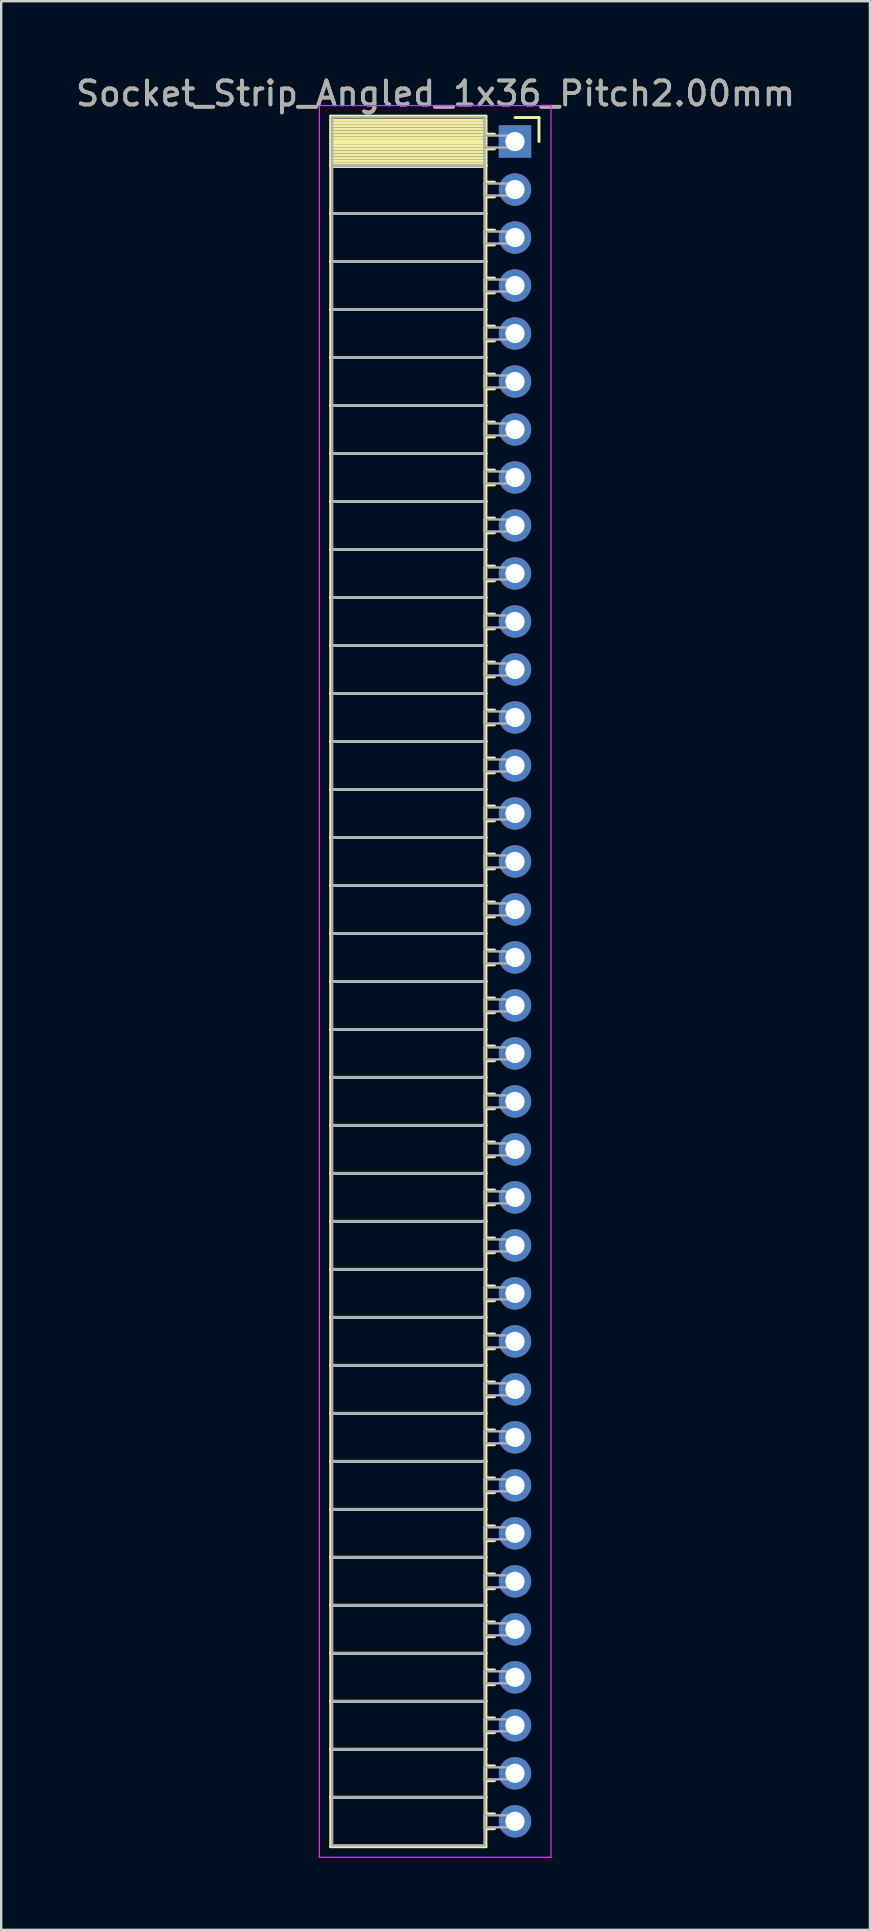
<source format=kicad_pcb>
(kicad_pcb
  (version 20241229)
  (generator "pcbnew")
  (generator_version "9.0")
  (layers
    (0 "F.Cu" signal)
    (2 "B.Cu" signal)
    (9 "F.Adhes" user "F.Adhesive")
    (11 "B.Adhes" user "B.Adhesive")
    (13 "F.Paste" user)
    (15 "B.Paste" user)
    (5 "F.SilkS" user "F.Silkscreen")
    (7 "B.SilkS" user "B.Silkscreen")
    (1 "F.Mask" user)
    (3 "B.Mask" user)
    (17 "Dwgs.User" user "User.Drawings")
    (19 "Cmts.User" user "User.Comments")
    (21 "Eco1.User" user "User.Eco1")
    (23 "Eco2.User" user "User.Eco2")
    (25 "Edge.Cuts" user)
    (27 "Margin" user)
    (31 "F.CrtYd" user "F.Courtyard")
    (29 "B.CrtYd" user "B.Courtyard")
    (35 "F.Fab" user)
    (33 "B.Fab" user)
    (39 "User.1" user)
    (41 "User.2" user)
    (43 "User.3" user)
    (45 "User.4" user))
  (footprint "Socket_Strip_Angled_1x36_Pitch2.00mm"
    (layer "F.Cu")
    (at 18.411 2.848)
    (property "Reference" "Socket_Strip_Angled_1x36_Pitch2.00mm" (at -3.31 -2 0) (layer "F.SilkS") (effects (font (size 1 1) (thickness 0.15))))
    (attr through_hole)
    (fp_line (start -7.68 -1.06) (end -1.21 -1.06) (stroke (width 0.12) (type solid)) (layer "F.SilkS"))
    (fp_line (start -7.68 1) (end -7.68 -1.06) (stroke (width 0.12) (type solid)) (layer "F.SilkS"))
    (fp_line (start -7.68 1) (end -1.21 1) (stroke (width 0.12) (type solid)) (layer "F.SilkS"))
    (fp_line (start -7.68 3) (end -7.68 1) (stroke (width 0.12) (type solid)) (layer "F.SilkS"))
    (fp_line (start -7.68 3) (end -1.21 3) (stroke (width 0.12) (type solid)) (layer "F.SilkS"))
    (fp_line (start -7.68 5) (end -7.68 3) (stroke (width 0.12) (type solid)) (layer "F.SilkS"))
    (fp_line (start -7.68 5) (end -1.21 5) (stroke (width 0.12) (type solid)) (layer "F.SilkS"))
    (fp_line (start -7.68 7) (end -7.68 5) (stroke (width 0.12) (type solid)) (layer "F.SilkS"))
    (fp_line (start -7.68 7) (end -1.21 7) (stroke (width 0.12) (type solid)) (layer "F.SilkS"))
    (fp_line (start -7.68 9) (end -7.68 7) (stroke (width 0.12) (type solid)) (layer "F.SilkS"))
    (fp_line (start -7.68 9) (end -1.21 9) (stroke (width 0.12) (type solid)) (layer "F.SilkS"))
    (fp_line (start -7.68 11) (end -7.68 9) (stroke (width 0.12) (type solid)) (layer "F.SilkS"))
    (fp_line (start -7.68 11) (end -1.21 11) (stroke (width 0.12) (type solid)) (layer "F.SilkS"))
    (fp_line (start -7.68 13) (end -7.68 11) (stroke (width 0.12) (type solid)) (layer "F.SilkS"))
    (fp_line (start -7.68 13) (end -1.21 13) (stroke (width 0.12) (type solid)) (layer "F.SilkS"))
    (fp_line (start -7.68 15) (end -7.68 13) (stroke (width 0.12) (type solid)) (layer "F.SilkS"))
    (fp_line (start -7.68 15) (end -1.21 15) (stroke (width 0.12) (type solid)) (layer "F.SilkS"))
    (fp_line (start -7.68 17) (end -7.68 15) (stroke (width 0.12) (type solid)) (layer "F.SilkS"))
    (fp_line (start -7.68 17) (end -1.21 17) (stroke (width 0.12) (type solid)) (layer "F.SilkS"))
    (fp_line (start -7.68 19) (end -7.68 17) (stroke (width 0.12) (type solid)) (layer "F.SilkS"))
    (fp_line (start -7.68 19) (end -1.21 19) (stroke (width 0.12) (type solid)) (layer "F.SilkS"))
    (fp_line (start -7.68 21) (end -7.68 19) (stroke (width 0.12) (type solid)) (layer "F.SilkS"))
    (fp_line (start -7.68 21) (end -1.21 21) (stroke (width 0.12) (type solid)) (layer "F.SilkS"))
    (fp_line (start -7.68 23) (end -7.68 21) (stroke (width 0.12) (type solid)) (layer "F.SilkS"))
    (fp_line (start -7.68 23) (end -1.21 23) (stroke (width 0.12) (type solid)) (layer "F.SilkS"))
    (fp_line (start -7.68 25) (end -7.68 23) (stroke (width 0.12) (type solid)) (layer "F.SilkS"))
    (fp_line (start -7.68 25) (end -1.21 25) (stroke (width 0.12) (type solid)) (layer "F.SilkS"))
    (fp_line (start -7.68 27) (end -7.68 25) (stroke (width 0.12) (type solid)) (layer "F.SilkS"))
    (fp_line (start -7.68 27) (end -1.21 27) (stroke (width 0.12) (type solid)) (layer "F.SilkS"))
    (fp_line (start -7.68 29) (end -7.68 27) (stroke (width 0.12) (type solid)) (layer "F.SilkS"))
    (fp_line (start -7.68 29) (end -1.21 29) (stroke (width 0.12) (type solid)) (layer "F.SilkS"))
    (fp_line (start -7.68 31) (end -7.68 29) (stroke (width 0.12) (type solid)) (layer "F.SilkS"))
    (fp_line (start -7.68 31) (end -1.21 31) (stroke (width 0.12) (type solid)) (layer "F.SilkS"))
    (fp_line (start -7.68 33) (end -7.68 31) (stroke (width 0.12) (type solid)) (layer "F.SilkS"))
    (fp_line (start -7.68 33) (end -1.21 33) (stroke (width 0.12) (type solid)) (layer "F.SilkS"))
    (fp_line (start -7.68 35) (end -7.68 33) (stroke (width 0.12) (type solid)) (layer "F.SilkS"))
    (fp_line (start -7.68 35) (end -1.21 35) (stroke (width 0.12) (type solid)) (layer "F.SilkS"))
    (fp_line (start -7.68 37) (end -7.68 35) (stroke (width 0.12) (type solid)) (layer "F.SilkS"))
    (fp_line (start -7.68 37) (end -1.21 37) (stroke (width 0.12) (type solid)) (layer "F.SilkS"))
    (fp_line (start -7.68 39) (end -7.68 37) (stroke (width 0.12) (type solid)) (layer "F.SilkS"))
    (fp_line (start -7.68 39) (end -1.21 39) (stroke (width 0.12) (type solid)) (layer "F.SilkS"))
    (fp_line (start -7.68 41) (end -7.68 39) (stroke (width 0.12) (type solid)) (layer "F.SilkS"))
    (fp_line (start -7.68 41) (end -1.21 41) (stroke (width 0.12) (type solid)) (layer "F.SilkS"))
    (fp_line (start -7.68 43) (end -7.68 41) (stroke (width 0.12) (type solid)) (layer "F.SilkS"))
    (fp_line (start -7.68 43) (end -1.21 43) (stroke (width 0.12) (type solid)) (layer "F.SilkS"))
    (fp_line (start -7.68 45) (end -7.68 43) (stroke (width 0.12) (type solid)) (layer "F.SilkS"))
    (fp_line (start -7.68 45) (end -1.21 45) (stroke (width 0.12) (type solid)) (layer "F.SilkS"))
    (fp_line (start -7.68 47) (end -7.68 45) (stroke (width 0.12) (type solid)) (layer "F.SilkS"))
    (fp_line (start -7.68 47) (end -1.21 47) (stroke (width 0.12) (type solid)) (layer "F.SilkS"))
    (fp_line (start -7.68 49) (end -7.68 47) (stroke (width 0.12) (type solid)) (layer "F.SilkS"))
    (fp_line (start -7.68 49) (end -1.21 49) (stroke (width 0.12) (type solid)) (layer "F.SilkS"))
    (fp_line (start -7.68 51) (end -7.68 49) (stroke (width 0.12) (type solid)) (layer "F.SilkS"))
    (fp_line (start -7.68 51) (end -1.21 51) (stroke (width 0.12) (type solid)) (layer "F.SilkS"))
    (fp_line (start -7.68 53) (end -7.68 51) (stroke (width 0.12) (type solid)) (layer "F.SilkS"))
    (fp_line (start -7.68 53) (end -1.21 53) (stroke (width 0.12) (type solid)) (layer "F.SilkS"))
    (fp_line (start -7.68 55) (end -7.68 53) (stroke (width 0.12) (type solid)) (layer "F.SilkS"))
    (fp_line (start -7.68 55) (end -1.21 55) (stroke (width 0.12) (type solid)) (layer "F.SilkS"))
    (fp_line (start -7.68 57) (end -7.68 55) (stroke (width 0.12) (type solid)) (layer "F.SilkS"))
    (fp_line (start -7.68 57) (end -1.21 57) (stroke (width 0.12) (type solid)) (layer "F.SilkS"))
    (fp_line (start -7.68 59) (end -7.68 57) (stroke (width 0.12) (type solid)) (layer "F.SilkS"))
    (fp_line (start -7.68 59) (end -1.21 59) (stroke (width 0.12) (type solid)) (layer "F.SilkS"))
    (fp_line (start -7.68 61) (end -7.68 59) (stroke (width 0.12) (type solid)) (layer "F.SilkS"))
    (fp_line (start -7.68 61) (end -1.21 61) (stroke (width 0.12) (type solid)) (layer "F.SilkS"))
    (fp_line (start -7.68 63) (end -7.68 61) (stroke (width 0.12) (type solid)) (layer "F.SilkS"))
    (fp_line (start -7.68 63) (end -1.21 63) (stroke (width 0.12) (type solid)) (layer "F.SilkS"))
    (fp_line (start -7.68 65) (end -7.68 63) (stroke (width 0.12) (type solid)) (layer "F.SilkS"))
    (fp_line (start -7.68 65) (end -1.21 65) (stroke (width 0.12) (type solid)) (layer "F.SilkS"))
    (fp_line (start -7.68 67) (end -7.68 65) (stroke (width 0.12) (type solid)) (layer "F.SilkS"))
    (fp_line (start -7.68 67) (end -1.21 67) (stroke (width 0.12) (type solid)) (layer "F.SilkS"))
    (fp_line (start -7.68 69) (end -7.68 67) (stroke (width 0.12) (type solid)) (layer "F.SilkS"))
    (fp_line (start -7.68 69) (end -1.21 69) (stroke (width 0.12) (type solid)) (layer "F.SilkS"))
    (fp_line (start -7.68 71.06) (end -7.68 69) (stroke (width 0.12) (type solid)) (layer "F.SilkS"))
    (fp_line (start -1.21 -1.06) (end -1.21 1) (stroke (width 0.12) (type solid)) (layer "F.SilkS"))
    (fp_line (start -1.21 -0.88) (end -7.68 -0.88) (stroke (width 0.12) (type solid)) (layer "F.SilkS"))
    (fp_line (start -1.21 -0.76) (end -7.68 -0.76) (stroke (width 0.12) (type solid)) (layer "F.SilkS"))
    (fp_line (start -1.21 -0.64) (end -7.68 -0.64) (stroke (width 0.12) (type solid)) (layer "F.SilkS"))
    (fp_line (start -1.21 -0.52) (end -7.68 -0.52) (stroke (width 0.12) (type solid)) (layer "F.SilkS"))
    (fp_line (start -1.21 -0.4) (end -7.68 -0.4) (stroke (width 0.12) (type solid)) (layer "F.SilkS"))
    (fp_line (start -1.21 -0.28) (end -7.68 -0.28) (stroke (width 0.12) (type solid)) (layer "F.SilkS"))
    (fp_line (start -1.21 -0.16) (end -7.68 -0.16) (stroke (width 0.12) (type solid)) (layer "F.SilkS"))
    (fp_line (start -1.21 -0.04) (end -7.68 -0.04) (stroke (width 0.12) (type solid)) (layer "F.SilkS"))
    (fp_line (start -1.21 0.08) (end -7.68 0.08) (stroke (width 0.12) (type solid)) (layer "F.SilkS"))
    (fp_line (start -1.21 0.2) (end -7.68 0.2) (stroke (width 0.12) (type solid)) (layer "F.SilkS"))
    (fp_line (start -1.21 0.32) (end -7.68 0.32) (stroke (width 0.12) (type solid)) (layer "F.SilkS"))
    (fp_line (start -1.21 0.44) (end -7.68 0.44) (stroke (width 0.12) (type solid)) (layer "F.SilkS"))
    (fp_line (start -1.21 0.56) (end -7.68 0.56) (stroke (width 0.12) (type solid)) (layer "F.SilkS"))
    (fp_line (start -1.21 0.68) (end -7.68 0.68) (stroke (width 0.12) (type solid)) (layer "F.SilkS"))
    (fp_line (start -1.21 0.8) (end -7.68 0.8) (stroke (width 0.12) (type solid)) (layer "F.SilkS"))
    (fp_line (start -1.21 0.92) (end -7.68 0.92) (stroke (width 0.12) (type solid)) (layer "F.SilkS"))
    (fp_line (start -1.21 1) (end -7.68 1) (stroke (width 0.12) (type solid)) (layer "F.SilkS"))
    (fp_line (start -1.21 1) (end -1.21 3) (stroke (width 0.12) (type solid)) (layer "F.SilkS"))
    (fp_line (start -1.21 1.04) (end -7.68 1.04) (stroke (width 0.12) (type solid)) (layer "F.SilkS"))
    (fp_line (start -1.21 3) (end -7.68 3) (stroke (width 0.12) (type solid)) (layer "F.SilkS"))
    (fp_line (start -1.21 3) (end -1.21 5) (stroke (width 0.12) (type solid)) (layer "F.SilkS"))
    (fp_line (start -1.21 5) (end -7.68 5) (stroke (width 0.12) (type solid)) (layer "F.SilkS"))
    (fp_line (start -1.21 5) (end -1.21 7) (stroke (width 0.12) (type solid)) (layer "F.SilkS"))
    (fp_line (start -1.21 7) (end -7.68 7) (stroke (width 0.12) (type solid)) (layer "F.SilkS"))
    (fp_line (start -1.21 7) (end -1.21 9) (stroke (width 0.12) (type solid)) (layer "F.SilkS"))
    (fp_line (start -1.21 9) (end -7.68 9) (stroke (width 0.12) (type solid)) (layer "F.SilkS"))
    (fp_line (start -1.21 9) (end -1.21 11) (stroke (width 0.12) (type solid)) (layer "F.SilkS"))
    (fp_line (start -1.21 11) (end -7.68 11) (stroke (width 0.12) (type solid)) (layer "F.SilkS"))
    (fp_line (start -1.21 11) (end -1.21 13) (stroke (width 0.12) (type solid)) (layer "F.SilkS"))
    (fp_line (start -1.21 13) (end -7.68 13) (stroke (width 0.12) (type solid)) (layer "F.SilkS"))
    (fp_line (start -1.21 13) (end -1.21 15) (stroke (width 0.12) (type solid)) (layer "F.SilkS"))
    (fp_line (start -1.21 15) (end -7.68 15) (stroke (width 0.12) (type solid)) (layer "F.SilkS"))
    (fp_line (start -1.21 15) (end -1.21 17) (stroke (width 0.12) (type solid)) (layer "F.SilkS"))
    (fp_line (start -1.21 17) (end -7.68 17) (stroke (width 0.12) (type solid)) (layer "F.SilkS"))
    (fp_line (start -1.21 17) (end -1.21 19) (stroke (width 0.12) (type solid)) (layer "F.SilkS"))
    (fp_line (start -1.21 19) (end -7.68 19) (stroke (width 0.12) (type solid)) (layer "F.SilkS"))
    (fp_line (start -1.21 19) (end -1.21 21) (stroke (width 0.12) (type solid)) (layer "F.SilkS"))
    (fp_line (start -1.21 21) (end -7.68 21) (stroke (width 0.12) (type solid)) (layer "F.SilkS"))
    (fp_line (start -1.21 21) (end -1.21 23) (stroke (width 0.12) (type solid)) (layer "F.SilkS"))
    (fp_line (start -1.21 23) (end -7.68 23) (stroke (width 0.12) (type solid)) (layer "F.SilkS"))
    (fp_line (start -1.21 23) (end -1.21 25) (stroke (width 0.12) (type solid)) (layer "F.SilkS"))
    (fp_line (start -1.21 25) (end -7.68 25) (stroke (width 0.12) (type solid)) (layer "F.SilkS"))
    (fp_line (start -1.21 25) (end -1.21 27) (stroke (width 0.12) (type solid)) (layer "F.SilkS"))
    (fp_line (start -1.21 27) (end -7.68 27) (stroke (width 0.12) (type solid)) (layer "F.SilkS"))
    (fp_line (start -1.21 27) (end -1.21 29) (stroke (width 0.12) (type solid)) (layer "F.SilkS"))
    (fp_line (start -1.21 29) (end -7.68 29) (stroke (width 0.12) (type solid)) (layer "F.SilkS"))
    (fp_line (start -1.21 29) (end -1.21 31) (stroke (width 0.12) (type solid)) (layer "F.SilkS"))
    (fp_line (start -1.21 31) (end -7.68 31) (stroke (width 0.12) (type solid)) (layer "F.SilkS"))
    (fp_line (start -1.21 31) (end -1.21 33) (stroke (width 0.12) (type solid)) (layer "F.SilkS"))
    (fp_line (start -1.21 33) (end -7.68 33) (stroke (width 0.12) (type solid)) (layer "F.SilkS"))
    (fp_line (start -1.21 33) (end -1.21 35) (stroke (width 0.12) (type solid)) (layer "F.SilkS"))
    (fp_line (start -1.21 35) (end -7.68 35) (stroke (width 0.12) (type solid)) (layer "F.SilkS"))
    (fp_line (start -1.21 35) (end -1.21 37) (stroke (width 0.12) (type solid)) (layer "F.SilkS"))
    (fp_line (start -1.21 37) (end -7.68 37) (stroke (width 0.12) (type solid)) (layer "F.SilkS"))
    (fp_line (start -1.21 37) (end -1.21 39) (stroke (width 0.12) (type solid)) (layer "F.SilkS"))
    (fp_line (start -1.21 39) (end -7.68 39) (stroke (width 0.12) (type solid)) (layer "F.SilkS"))
    (fp_line (start -1.21 39) (end -1.21 41) (stroke (width 0.12) (type solid)) (layer "F.SilkS"))
    (fp_line (start -1.21 41) (end -7.68 41) (stroke (width 0.12) (type solid)) (layer "F.SilkS"))
    (fp_line (start -1.21 41) (end -1.21 43) (stroke (width 0.12) (type solid)) (layer "F.SilkS"))
    (fp_line (start -1.21 43) (end -7.68 43) (stroke (width 0.12) (type solid)) (layer "F.SilkS"))
    (fp_line (start -1.21 43) (end -1.21 45) (stroke (width 0.12) (type solid)) (layer "F.SilkS"))
    (fp_line (start -1.21 45) (end -7.68 45) (stroke (width 0.12) (type solid)) (layer "F.SilkS"))
    (fp_line (start -1.21 45) (end -1.21 47) (stroke (width 0.12) (type solid)) (layer "F.SilkS"))
    (fp_line (start -1.21 47) (end -7.68 47) (stroke (width 0.12) (type solid)) (layer "F.SilkS"))
    (fp_line (start -1.21 47) (end -1.21 49) (stroke (width 0.12) (type solid)) (layer "F.SilkS"))
    (fp_line (start -1.21 49) (end -7.68 49) (stroke (width 0.12) (type solid)) (layer "F.SilkS"))
    (fp_line (start -1.21 49) (end -1.21 51) (stroke (width 0.12) (type solid)) (layer "F.SilkS"))
    (fp_line (start -1.21 51) (end -7.68 51) (stroke (width 0.12) (type solid)) (layer "F.SilkS"))
    (fp_line (start -1.21 51) (end -1.21 53) (stroke (width 0.12) (type solid)) (layer "F.SilkS"))
    (fp_line (start -1.21 53) (end -7.68 53) (stroke (width 0.12) (type solid)) (layer "F.SilkS"))
    (fp_line (start -1.21 53) (end -1.21 55) (stroke (width 0.12) (type solid)) (layer "F.SilkS"))
    (fp_line (start -1.21 55) (end -7.68 55) (stroke (width 0.12) (type solid)) (layer "F.SilkS"))
    (fp_line (start -1.21 55) (end -1.21 57) (stroke (width 0.12) (type solid)) (layer "F.SilkS"))
    (fp_line (start -1.21 57) (end -7.68 57) (stroke (width 0.12) (type solid)) (layer "F.SilkS"))
    (fp_line (start -1.21 57) (end -1.21 59) (stroke (width 0.12) (type solid)) (layer "F.SilkS"))
    (fp_line (start -1.21 59) (end -7.68 59) (stroke (width 0.12) (type solid)) (layer "F.SilkS"))
    (fp_line (start -1.21 59) (end -1.21 61) (stroke (width 0.12) (type solid)) (layer "F.SilkS"))
    (fp_line (start -1.21 61) (end -7.68 61) (stroke (width 0.12) (type solid)) (layer "F.SilkS"))
    (fp_line (start -1.21 61) (end -1.21 63) (stroke (width 0.12) (type solid)) (layer "F.SilkS"))
    (fp_line (start -1.21 63) (end -7.68 63) (stroke (width 0.12) (type solid)) (layer "F.SilkS"))
    (fp_line (start -1.21 63) (end -1.21 65) (stroke (width 0.12) (type solid)) (layer "F.SilkS"))
    (fp_line (start -1.21 65) (end -7.68 65) (stroke (width 0.12) (type solid)) (layer "F.SilkS"))
    (fp_line (start -1.21 65) (end -1.21 67) (stroke (width 0.12) (type solid)) (layer "F.SilkS"))
    (fp_line (start -1.21 67) (end -7.68 67) (stroke (width 0.12) (type solid)) (layer "F.SilkS"))
    (fp_line (start -1.21 67) (end -1.21 69) (stroke (width 0.12) (type solid)) (layer "F.SilkS"))
    (fp_line (start -1.21 69) (end -7.68 69) (stroke (width 0.12) (type solid)) (layer "F.SilkS"))
    (fp_line (start -1.21 69) (end -1.21 71.06) (stroke (width 0.12) (type solid)) (layer "F.SilkS"))
    (fp_line (start -1.21 71.06) (end -7.68 71.06) (stroke (width 0.12) (type solid)) (layer "F.SilkS"))
    (fp_line (start -0.855 -0.31) (end -1.21 -0.31) (stroke (width 0.12) (type solid)) (layer "F.SilkS"))
    (fp_line (start -0.855 0.31) (end -1.21 0.31) (stroke (width 0.12) (type solid)) (layer "F.SilkS"))
    (fp_line (start -0.855 1.69) (end -1.21 1.69) (stroke (width 0.12) (type solid)) (layer "F.SilkS"))
    (fp_line (start -0.855 2.31) (end -1.21 2.31) (stroke (width 0.12) (type solid)) (layer "F.SilkS"))
    (fp_line (start -0.855 3.69) (end -1.21 3.69) (stroke (width 0.12) (type solid)) (layer "F.SilkS"))
    (fp_line (start -0.855 4.31) (end -1.21 4.31) (stroke (width 0.12) (type solid)) (layer "F.SilkS"))
    (fp_line (start -0.855 5.69) (end -1.21 5.69) (stroke (width 0.12) (type solid)) (layer "F.SilkS"))
    (fp_line (start -0.855 6.31) (end -1.21 6.31) (stroke (width 0.12) (type solid)) (layer "F.SilkS"))
    (fp_line (start -0.855 7.69) (end -1.21 7.69) (stroke (width 0.12) (type solid)) (layer "F.SilkS"))
    (fp_line (start -0.855 8.31) (end -1.21 8.31) (stroke (width 0.12) (type solid)) (layer "F.SilkS"))
    (fp_line (start -0.855 9.69) (end -1.21 9.69) (stroke (width 0.12) (type solid)) (layer "F.SilkS"))
    (fp_line (start -0.855 10.31) (end -1.21 10.31) (stroke (width 0.12) (type solid)) (layer "F.SilkS"))
    (fp_line (start -0.855 11.69) (end -1.21 11.69) (stroke (width 0.12) (type solid)) (layer "F.SilkS"))
    (fp_line (start -0.855 12.31) (end -1.21 12.31) (stroke (width 0.12) (type solid)) (layer "F.SilkS"))
    (fp_line (start -0.855 13.69) (end -1.21 13.69) (stroke (width 0.12) (type solid)) (layer "F.SilkS"))
    (fp_line (start -0.855 14.31) (end -1.21 14.31) (stroke (width 0.12) (type solid)) (layer "F.SilkS"))
    (fp_line (start -0.855 15.69) (end -1.21 15.69) (stroke (width 0.12) (type solid)) (layer "F.SilkS"))
    (fp_line (start -0.855 16.31) (end -1.21 16.31) (stroke (width 0.12) (type solid)) (layer "F.SilkS"))
    (fp_line (start -0.855 17.69) (end -1.21 17.69) (stroke (width 0.12) (type solid)) (layer "F.SilkS"))
    (fp_line (start -0.855 18.31) (end -1.21 18.31) (stroke (width 0.12) (type solid)) (layer "F.SilkS"))
    (fp_line (start -0.855 19.69) (end -1.21 19.69) (stroke (width 0.12) (type solid)) (layer "F.SilkS"))
    (fp_line (start -0.855 20.31) (end -1.21 20.31) (stroke (width 0.12) (type solid)) (layer "F.SilkS"))
    (fp_line (start -0.855 21.69) (end -1.21 21.69) (stroke (width 0.12) (type solid)) (layer "F.SilkS"))
    (fp_line (start -0.855 22.31) (end -1.21 22.31) (stroke (width 0.12) (type solid)) (layer "F.SilkS"))
    (fp_line (start -0.855 23.69) (end -1.21 23.69) (stroke (width 0.12) (type solid)) (layer "F.SilkS"))
    (fp_line (start -0.855 24.31) (end -1.21 24.31) (stroke (width 0.12) (type solid)) (layer "F.SilkS"))
    (fp_line (start -0.855 25.69) (end -1.21 25.69) (stroke (width 0.12) (type solid)) (layer "F.SilkS"))
    (fp_line (start -0.855 26.31) (end -1.21 26.31) (stroke (width 0.12) (type solid)) (layer "F.SilkS"))
    (fp_line (start -0.855 27.69) (end -1.21 27.69) (stroke (width 0.12) (type solid)) (layer "F.SilkS"))
    (fp_line (start -0.855 28.31) (end -1.21 28.31) (stroke (width 0.12) (type solid)) (layer "F.SilkS"))
    (fp_line (start -0.855 29.69) (end -1.21 29.69) (stroke (width 0.12) (type solid)) (layer "F.SilkS"))
    (fp_line (start -0.855 30.31) (end -1.21 30.31) (stroke (width 0.12) (type solid)) (layer "F.SilkS"))
    (fp_line (start -0.855 31.69) (end -1.21 31.69) (stroke (width 0.12) (type solid)) (layer "F.SilkS"))
    (fp_line (start -0.855 32.31) (end -1.21 32.31) (stroke (width 0.12) (type solid)) (layer "F.SilkS"))
    (fp_line (start -0.855 33.69) (end -1.21 33.69) (stroke (width 0.12) (type solid)) (layer "F.SilkS"))
    (fp_line (start -0.855 34.31) (end -1.21 34.31) (stroke (width 0.12) (type solid)) (layer "F.SilkS"))
    (fp_line (start -0.855 35.69) (end -1.21 35.69) (stroke (width 0.12) (type solid)) (layer "F.SilkS"))
    (fp_line (start -0.855 36.31) (end -1.21 36.31) (stroke (width 0.12) (type solid)) (layer "F.SilkS"))
    (fp_line (start -0.855 37.69) (end -1.21 37.69) (stroke (width 0.12) (type solid)) (layer "F.SilkS"))
    (fp_line (start -0.855 38.31) (end -1.21 38.31) (stroke (width 0.12) (type solid)) (layer "F.SilkS"))
    (fp_line (start -0.855 39.69) (end -1.21 39.69) (stroke (width 0.12) (type solid)) (layer "F.SilkS"))
    (fp_line (start -0.855 40.31) (end -1.21 40.31) (stroke (width 0.12) (type solid)) (layer "F.SilkS"))
    (fp_line (start -0.855 41.69) (end -1.21 41.69) (stroke (width 0.12) (type solid)) (layer "F.SilkS"))
    (fp_line (start -0.855 42.31) (end -1.21 42.31) (stroke (width 0.12) (type solid)) (layer "F.SilkS"))
    (fp_line (start -0.855 43.69) (end -1.21 43.69) (stroke (width 0.12) (type solid)) (layer "F.SilkS"))
    (fp_line (start -0.855 44.31) (end -1.21 44.31) (stroke (width 0.12) (type solid)) (layer "F.SilkS"))
    (fp_line (start -0.855 45.69) (end -1.21 45.69) (stroke (width 0.12) (type solid)) (layer "F.SilkS"))
    (fp_line (start -0.855 46.31) (end -1.21 46.31) (stroke (width 0.12) (type solid)) (layer "F.SilkS"))
    (fp_line (start -0.855 47.69) (end -1.21 47.69) (stroke (width 0.12) (type solid)) (layer "F.SilkS"))
    (fp_line (start -0.855 48.31) (end -1.21 48.31) (stroke (width 0.12) (type solid)) (layer "F.SilkS"))
    (fp_line (start -0.855 49.69) (end -1.21 49.69) (stroke (width 0.12) (type solid)) (layer "F.SilkS"))
    (fp_line (start -0.855 50.31) (end -1.21 50.31) (stroke (width 0.12) (type solid)) (layer "F.SilkS"))
    (fp_line (start -0.855 51.69) (end -1.21 51.69) (stroke (width 0.12) (type solid)) (layer "F.SilkS"))
    (fp_line (start -0.855 52.31) (end -1.21 52.31) (stroke (width 0.12) (type solid)) (layer "F.SilkS"))
    (fp_line (start -0.855 53.69) (end -1.21 53.69) (stroke (width 0.12) (type solid)) (layer "F.SilkS"))
    (fp_line (start -0.855 54.31) (end -1.21 54.31) (stroke (width 0.12) (type solid)) (layer "F.SilkS"))
    (fp_line (start -0.855 55.69) (end -1.21 55.69) (stroke (width 0.12) (type solid)) (layer "F.SilkS"))
    (fp_line (start -0.855 56.31) (end -1.21 56.31) (stroke (width 0.12) (type solid)) (layer "F.SilkS"))
    (fp_line (start -0.855 57.69) (end -1.21 57.69) (stroke (width 0.12) (type solid)) (layer "F.SilkS"))
    (fp_line (start -0.855 58.31) (end -1.21 58.31) (stroke (width 0.12) (type solid)) (layer "F.SilkS"))
    (fp_line (start -0.855 59.69) (end -1.21 59.69) (stroke (width 0.12) (type solid)) (layer "F.SilkS"))
    (fp_line (start -0.855 60.31) (end -1.21 60.31) (stroke (width 0.12) (type solid)) (layer "F.SilkS"))
    (fp_line (start -0.855 61.69) (end -1.21 61.69) (stroke (width 0.12) (type solid)) (layer "F.SilkS"))
    (fp_line (start -0.855 62.31) (end -1.21 62.31) (stroke (width 0.12) (type solid)) (layer "F.SilkS"))
    (fp_line (start -0.855 63.69) (end -1.21 63.69) (stroke (width 0.12) (type solid)) (layer "F.SilkS"))
    (fp_line (start -0.855 64.31) (end -1.21 64.31) (stroke (width 0.12) (type solid)) (layer "F.SilkS"))
    (fp_line (start -0.855 65.69) (end -1.21 65.69) (stroke (width 0.12) (type solid)) (layer "F.SilkS"))
    (fp_line (start -0.855 66.31) (end -1.21 66.31) (stroke (width 0.12) (type solid)) (layer "F.SilkS"))
    (fp_line (start -0.855 67.69) (end -1.21 67.69) (stroke (width 0.12) (type solid)) (layer "F.SilkS"))
    (fp_line (start -0.855 68.31) (end -1.21 68.31) (stroke (width 0.12) (type solid)) (layer "F.SilkS"))
    (fp_line (start -0.855 69.69) (end -1.21 69.69) (stroke (width 0.12) (type solid)) (layer "F.SilkS"))
    (fp_line (start -0.855 70.31) (end -1.21 70.31) (stroke (width 0.12) (type solid)) (layer "F.SilkS"))
    (fp_line (start 0 -1) (end 1 -1) (stroke (width 0.12) (type solid)) (layer "F.SilkS"))
    (fp_line (start 1 -1) (end 1 0) (stroke (width 0.12) (type solid)) (layer "F.SilkS"))
    (fp_line (start -8.15 -1.5) (end 1.5 -1.5) (stroke (width 0.05) (type solid)) (layer "F.CrtYd"))
    (fp_line (start -8.15 71.5) (end -8.15 -1.5) (stroke (width 0.05) (type solid)) (layer "F.CrtYd"))
    (fp_line (start 1.5 -1.5) (end 1.5 71.5) (stroke (width 0.05) (type solid)) (layer "F.CrtYd"))
    (fp_line (start 1.5 71.5) (end -8.15 71.5) (stroke (width 0.05) (type solid)) (layer "F.CrtYd"))
    (fp_line (start -7.62 -1) (end -1.27 -1) (stroke (width 0.1) (type solid)) (layer "F.Fab"))
    (fp_line (start -7.62 1) (end -7.62 -1) (stroke (width 0.1) (type solid)) (layer "F.Fab"))
    (fp_line (start -7.62 1) (end -1.27 1) (stroke (width 0.1) (type solid)) (layer "F.Fab"))
    (fp_line (start -7.62 3) (end -7.62 1) (stroke (width 0.1) (type solid)) (layer "F.Fab"))
    (fp_line (start -7.62 3) (end -1.27 3) (stroke (width 0.1) (type solid)) (layer "F.Fab"))
    (fp_line (start -7.62 5) (end -7.62 3) (stroke (width 0.1) (type solid)) (layer "F.Fab"))
    (fp_line (start -7.62 5) (end -1.27 5) (stroke (width 0.1) (type solid)) (layer "F.Fab"))
    (fp_line (start -7.62 7) (end -7.62 5) (stroke (width 0.1) (type solid)) (layer "F.Fab"))
    (fp_line (start -7.62 7) (end -1.27 7) (stroke (width 0.1) (type solid)) (layer "F.Fab"))
    (fp_line (start -7.62 9) (end -7.62 7) (stroke (width 0.1) (type solid)) (layer "F.Fab"))
    (fp_line (start -7.62 9) (end -1.27 9) (stroke (width 0.1) (type solid)) (layer "F.Fab"))
    (fp_line (start -7.62 11) (end -7.62 9) (stroke (width 0.1) (type solid)) (layer "F.Fab"))
    (fp_line (start -7.62 11) (end -1.27 11) (stroke (width 0.1) (type solid)) (layer "F.Fab"))
    (fp_line (start -7.62 13) (end -7.62 11) (stroke (width 0.1) (type solid)) (layer "F.Fab"))
    (fp_line (start -7.62 13) (end -1.27 13) (stroke (width 0.1) (type solid)) (layer "F.Fab"))
    (fp_line (start -7.62 15) (end -7.62 13) (stroke (width 0.1) (type solid)) (layer "F.Fab"))
    (fp_line (start -7.62 15) (end -1.27 15) (stroke (width 0.1) (type solid)) (layer "F.Fab"))
    (fp_line (start -7.62 17) (end -7.62 15) (stroke (width 0.1) (type solid)) (layer "F.Fab"))
    (fp_line (start -7.62 17) (end -1.27 17) (stroke (width 0.1) (type solid)) (layer "F.Fab"))
    (fp_line (start -7.62 19) (end -7.62 17) (stroke (width 0.1) (type solid)) (layer "F.Fab"))
    (fp_line (start -7.62 19) (end -1.27 19) (stroke (width 0.1) (type solid)) (layer "F.Fab"))
    (fp_line (start -7.62 21) (end -7.62 19) (stroke (width 0.1) (type solid)) (layer "F.Fab"))
    (fp_line (start -7.62 21) (end -1.27 21) (stroke (width 0.1) (type solid)) (layer "F.Fab"))
    (fp_line (start -7.62 23) (end -7.62 21) (stroke (width 0.1) (type solid)) (layer "F.Fab"))
    (fp_line (start -7.62 23) (end -1.27 23) (stroke (width 0.1) (type solid)) (layer "F.Fab"))
    (fp_line (start -7.62 25) (end -7.62 23) (stroke (width 0.1) (type solid)) (layer "F.Fab"))
    (fp_line (start -7.62 25) (end -1.27 25) (stroke (width 0.1) (type solid)) (layer "F.Fab"))
    (fp_line (start -7.62 27) (end -7.62 25) (stroke (width 0.1) (type solid)) (layer "F.Fab"))
    (fp_line (start -7.62 27) (end -1.27 27) (stroke (width 0.1) (type solid)) (layer "F.Fab"))
    (fp_line (start -7.62 29) (end -7.62 27) (stroke (width 0.1) (type solid)) (layer "F.Fab"))
    (fp_line (start -7.62 29) (end -1.27 29) (stroke (width 0.1) (type solid)) (layer "F.Fab"))
    (fp_line (start -7.62 31) (end -7.62 29) (stroke (width 0.1) (type solid)) (layer "F.Fab"))
    (fp_line (start -7.62 31) (end -1.27 31) (stroke (width 0.1) (type solid)) (layer "F.Fab"))
    (fp_line (start -7.62 33) (end -7.62 31) (stroke (width 0.1) (type solid)) (layer "F.Fab"))
    (fp_line (start -7.62 33) (end -1.27 33) (stroke (width 0.1) (type solid)) (layer "F.Fab"))
    (fp_line (start -7.62 35) (end -7.62 33) (stroke (width 0.1) (type solid)) (layer "F.Fab"))
    (fp_line (start -7.62 35) (end -1.27 35) (stroke (width 0.1) (type solid)) (layer "F.Fab"))
    (fp_line (start -7.62 37) (end -7.62 35) (stroke (width 0.1) (type solid)) (layer "F.Fab"))
    (fp_line (start -7.62 37) (end -1.27 37) (stroke (width 0.1) (type solid)) (layer "F.Fab"))
    (fp_line (start -7.62 39) (end -7.62 37) (stroke (width 0.1) (type solid)) (layer "F.Fab"))
    (fp_line (start -7.62 39) (end -1.27 39) (stroke (width 0.1) (type solid)) (layer "F.Fab"))
    (fp_line (start -7.62 41) (end -7.62 39) (stroke (width 0.1) (type solid)) (layer "F.Fab"))
    (fp_line (start -7.62 41) (end -1.27 41) (stroke (width 0.1) (type solid)) (layer "F.Fab"))
    (fp_line (start -7.62 43) (end -7.62 41) (stroke (width 0.1) (type solid)) (layer "F.Fab"))
    (fp_line (start -7.62 43) (end -1.27 43) (stroke (width 0.1) (type solid)) (layer "F.Fab"))
    (fp_line (start -7.62 45) (end -7.62 43) (stroke (width 0.1) (type solid)) (layer "F.Fab"))
    (fp_line (start -7.62 45) (end -1.27 45) (stroke (width 0.1) (type solid)) (layer "F.Fab"))
    (fp_line (start -7.62 47) (end -7.62 45) (stroke (width 0.1) (type solid)) (layer "F.Fab"))
    (fp_line (start -7.62 47) (end -1.27 47) (stroke (width 0.1) (type solid)) (layer "F.Fab"))
    (fp_line (start -7.62 49) (end -7.62 47) (stroke (width 0.1) (type solid)) (layer "F.Fab"))
    (fp_line (start -7.62 49) (end -1.27 49) (stroke (width 0.1) (type solid)) (layer "F.Fab"))
    (fp_line (start -7.62 51) (end -7.62 49) (stroke (width 0.1) (type solid)) (layer "F.Fab"))
    (fp_line (start -7.62 51) (end -1.27 51) (stroke (width 0.1) (type solid)) (layer "F.Fab"))
    (fp_line (start -7.62 53) (end -7.62 51) (stroke (width 0.1) (type solid)) (layer "F.Fab"))
    (fp_line (start -7.62 53) (end -1.27 53) (stroke (width 0.1) (type solid)) (layer "F.Fab"))
    (fp_line (start -7.62 55) (end -7.62 53) (stroke (width 0.1) (type solid)) (layer "F.Fab"))
    (fp_line (start -7.62 55) (end -1.27 55) (stroke (width 0.1) (type solid)) (layer "F.Fab"))
    (fp_line (start -7.62 57) (end -7.62 55) (stroke (width 0.1) (type solid)) (layer "F.Fab"))
    (fp_line (start -7.62 57) (end -1.27 57) (stroke (width 0.1) (type solid)) (layer "F.Fab"))
    (fp_line (start -7.62 59) (end -7.62 57) (stroke (width 0.1) (type solid)) (layer "F.Fab"))
    (fp_line (start -7.62 59) (end -1.27 59) (stroke (width 0.1) (type solid)) (layer "F.Fab"))
    (fp_line (start -7.62 61) (end -7.62 59) (stroke (width 0.1) (type solid)) (layer "F.Fab"))
    (fp_line (start -7.62 61) (end -1.27 61) (stroke (width 0.1) (type solid)) (layer "F.Fab"))
    (fp_line (start -7.62 63) (end -7.62 61) (stroke (width 0.1) (type solid)) (layer "F.Fab"))
    (fp_line (start -7.62 63) (end -1.27 63) (stroke (width 0.1) (type solid)) (layer "F.Fab"))
    (fp_line (start -7.62 65) (end -7.62 63) (stroke (width 0.1) (type solid)) (layer "F.Fab"))
    (fp_line (start -7.62 65) (end -1.27 65) (stroke (width 0.1) (type solid)) (layer "F.Fab"))
    (fp_line (start -7.62 67) (end -7.62 65) (stroke (width 0.1) (type solid)) (layer "F.Fab"))
    (fp_line (start -7.62 67) (end -1.27 67) (stroke (width 0.1) (type solid)) (layer "F.Fab"))
    (fp_line (start -7.62 69) (end -7.62 67) (stroke (width 0.1) (type solid)) (layer "F.Fab"))
    (fp_line (start -7.62 69) (end -1.27 69) (stroke (width 0.1) (type solid)) (layer "F.Fab"))
    (fp_line (start -7.62 71) (end -7.62 69) (stroke (width 0.1) (type solid)) (layer "F.Fab"))
    (fp_line (start -1.27 -1) (end -1.27 1) (stroke (width 0.1) (type solid)) (layer "F.Fab"))
    (fp_line (start -1.27 -0.25) (end 0 -0.25) (stroke (width 0.1) (type solid)) (layer "F.Fab"))
    (fp_line (start -1.27 0.25) (end -1.27 -0.25) (stroke (width 0.1) (type solid)) (layer "F.Fab"))
    (fp_line (start -1.27 1) (end -7.62 1) (stroke (width 0.1) (type solid)) (layer "F.Fab"))
    (fp_line (start -1.27 1) (end -1.27 3) (stroke (width 0.1) (type solid)) (layer "F.Fab"))
    (fp_line (start -1.27 1.75) (end 0 1.75) (stroke (width 0.1) (type solid)) (layer "F.Fab"))
    (fp_line (start -1.27 2.25) (end -1.27 1.75) (stroke (width 0.1) (type solid)) (layer "F.Fab"))
    (fp_line (start -1.27 3) (end -7.62 3) (stroke (width 0.1) (type solid)) (layer "F.Fab"))
    (fp_line (start -1.27 3) (end -1.27 5) (stroke (width 0.1) (type solid)) (layer "F.Fab"))
    (fp_line (start -1.27 3.75) (end 0 3.75) (stroke (width 0.1) (type solid)) (layer "F.Fab"))
    (fp_line (start -1.27 4.25) (end -1.27 3.75) (stroke (width 0.1) (type solid)) (layer "F.Fab"))
    (fp_line (start -1.27 5) (end -7.62 5) (stroke (width 0.1) (type solid)) (layer "F.Fab"))
    (fp_line (start -1.27 5) (end -1.27 7) (stroke (width 0.1) (type solid)) (layer "F.Fab"))
    (fp_line (start -1.27 5.75) (end 0 5.75) (stroke (width 0.1) (type solid)) (layer "F.Fab"))
    (fp_line (start -1.27 6.25) (end -1.27 5.75) (stroke (width 0.1) (type solid)) (layer "F.Fab"))
    (fp_line (start -1.27 7) (end -7.62 7) (stroke (width 0.1) (type solid)) (layer "F.Fab"))
    (fp_line (start -1.27 7) (end -1.27 9) (stroke (width 0.1) (type solid)) (layer "F.Fab"))
    (fp_line (start -1.27 7.75) (end 0 7.75) (stroke (width 0.1) (type solid)) (layer "F.Fab"))
    (fp_line (start -1.27 8.25) (end -1.27 7.75) (stroke (width 0.1) (type solid)) (layer "F.Fab"))
    (fp_line (start -1.27 9) (end -7.62 9) (stroke (width 0.1) (type solid)) (layer "F.Fab"))
    (fp_line (start -1.27 9) (end -1.27 11) (stroke (width 0.1) (type solid)) (layer "F.Fab"))
    (fp_line (start -1.27 9.75) (end 0 9.75) (stroke (width 0.1) (type solid)) (layer "F.Fab"))
    (fp_line (start -1.27 10.25) (end -1.27 9.75) (stroke (width 0.1) (type solid)) (layer "F.Fab"))
    (fp_line (start -1.27 11) (end -7.62 11) (stroke (width 0.1) (type solid)) (layer "F.Fab"))
    (fp_line (start -1.27 11) (end -1.27 13) (stroke (width 0.1) (type solid)) (layer "F.Fab"))
    (fp_line (start -1.27 11.75) (end 0 11.75) (stroke (width 0.1) (type solid)) (layer "F.Fab"))
    (fp_line (start -1.27 12.25) (end -1.27 11.75) (stroke (width 0.1) (type solid)) (layer "F.Fab"))
    (fp_line (start -1.27 13) (end -7.62 13) (stroke (width 0.1) (type solid)) (layer "F.Fab"))
    (fp_line (start -1.27 13) (end -1.27 15) (stroke (width 0.1) (type solid)) (layer "F.Fab"))
    (fp_line (start -1.27 13.75) (end 0 13.75) (stroke (width 0.1) (type solid)) (layer "F.Fab"))
    (fp_line (start -1.27 14.25) (end -1.27 13.75) (stroke (width 0.1) (type solid)) (layer "F.Fab"))
    (fp_line (start -1.27 15) (end -7.62 15) (stroke (width 0.1) (type solid)) (layer "F.Fab"))
    (fp_line (start -1.27 15) (end -1.27 17) (stroke (width 0.1) (type solid)) (layer "F.Fab"))
    (fp_line (start -1.27 15.75) (end 0 15.75) (stroke (width 0.1) (type solid)) (layer "F.Fab"))
    (fp_line (start -1.27 16.25) (end -1.27 15.75) (stroke (width 0.1) (type solid)) (layer "F.Fab"))
    (fp_line (start -1.27 17) (end -7.62 17) (stroke (width 0.1) (type solid)) (layer "F.Fab"))
    (fp_line (start -1.27 17) (end -1.27 19) (stroke (width 0.1) (type solid)) (layer "F.Fab"))
    (fp_line (start -1.27 17.75) (end 0 17.75) (stroke (width 0.1) (type solid)) (layer "F.Fab"))
    (fp_line (start -1.27 18.25) (end -1.27 17.75) (stroke (width 0.1) (type solid)) (layer "F.Fab"))
    (fp_line (start -1.27 19) (end -7.62 19) (stroke (width 0.1) (type solid)) (layer "F.Fab"))
    (fp_line (start -1.27 19) (end -1.27 21) (stroke (width 0.1) (type solid)) (layer "F.Fab"))
    (fp_line (start -1.27 19.75) (end 0 19.75) (stroke (width 0.1) (type solid)) (layer "F.Fab"))
    (fp_line (start -1.27 20.25) (end -1.27 19.75) (stroke (width 0.1) (type solid)) (layer "F.Fab"))
    (fp_line (start -1.27 21) (end -7.62 21) (stroke (width 0.1) (type solid)) (layer "F.Fab"))
    (fp_line (start -1.27 21) (end -1.27 23) (stroke (width 0.1) (type solid)) (layer "F.Fab"))
    (fp_line (start -1.27 21.75) (end 0 21.75) (stroke (width 0.1) (type solid)) (layer "F.Fab"))
    (fp_line (start -1.27 22.25) (end -1.27 21.75) (stroke (width 0.1) (type solid)) (layer "F.Fab"))
    (fp_line (start -1.27 23) (end -7.62 23) (stroke (width 0.1) (type solid)) (layer "F.Fab"))
    (fp_line (start -1.27 23) (end -1.27 25) (stroke (width 0.1) (type solid)) (layer "F.Fab"))
    (fp_line (start -1.27 23.75) (end 0 23.75) (stroke (width 0.1) (type solid)) (layer "F.Fab"))
    (fp_line (start -1.27 24.25) (end -1.27 23.75) (stroke (width 0.1) (type solid)) (layer "F.Fab"))
    (fp_line (start -1.27 25) (end -7.62 25) (stroke (width 0.1) (type solid)) (layer "F.Fab"))
    (fp_line (start -1.27 25) (end -1.27 27) (stroke (width 0.1) (type solid)) (layer "F.Fab"))
    (fp_line (start -1.27 25.75) (end 0 25.75) (stroke (width 0.1) (type solid)) (layer "F.Fab"))
    (fp_line (start -1.27 26.25) (end -1.27 25.75) (stroke (width 0.1) (type solid)) (layer "F.Fab"))
    (fp_line (start -1.27 27) (end -7.62 27) (stroke (width 0.1) (type solid)) (layer "F.Fab"))
    (fp_line (start -1.27 27) (end -1.27 29) (stroke (width 0.1) (type solid)) (layer "F.Fab"))
    (fp_line (start -1.27 27.75) (end 0 27.75) (stroke (width 0.1) (type solid)) (layer "F.Fab"))
    (fp_line (start -1.27 28.25) (end -1.27 27.75) (stroke (width 0.1) (type solid)) (layer "F.Fab"))
    (fp_line (start -1.27 29) (end -7.62 29) (stroke (width 0.1) (type solid)) (layer "F.Fab"))
    (fp_line (start -1.27 29) (end -1.27 31) (stroke (width 0.1) (type solid)) (layer "F.Fab"))
    (fp_line (start -1.27 29.75) (end 0 29.75) (stroke (width 0.1) (type solid)) (layer "F.Fab"))
    (fp_line (start -1.27 30.25) (end -1.27 29.75) (stroke (width 0.1) (type solid)) (layer "F.Fab"))
    (fp_line (start -1.27 31) (end -7.62 31) (stroke (width 0.1) (type solid)) (layer "F.Fab"))
    (fp_line (start -1.27 31) (end -1.27 33) (stroke (width 0.1) (type solid)) (layer "F.Fab"))
    (fp_line (start -1.27 31.75) (end 0 31.75) (stroke (width 0.1) (type solid)) (layer "F.Fab"))
    (fp_line (start -1.27 32.25) (end -1.27 31.75) (stroke (width 0.1) (type solid)) (layer "F.Fab"))
    (fp_line (start -1.27 33) (end -7.62 33) (stroke (width 0.1) (type solid)) (layer "F.Fab"))
    (fp_line (start -1.27 33) (end -1.27 35) (stroke (width 0.1) (type solid)) (layer "F.Fab"))
    (fp_line (start -1.27 33.75) (end 0 33.75) (stroke (width 0.1) (type solid)) (layer "F.Fab"))
    (fp_line (start -1.27 34.25) (end -1.27 33.75) (stroke (width 0.1) (type solid)) (layer "F.Fab"))
    (fp_line (start -1.27 35) (end -7.62 35) (stroke (width 0.1) (type solid)) (layer "F.Fab"))
    (fp_line (start -1.27 35) (end -1.27 37) (stroke (width 0.1) (type solid)) (layer "F.Fab"))
    (fp_line (start -1.27 35.75) (end 0 35.75) (stroke (width 0.1) (type solid)) (layer "F.Fab"))
    (fp_line (start -1.27 36.25) (end -1.27 35.75) (stroke (width 0.1) (type solid)) (layer "F.Fab"))
    (fp_line (start -1.27 37) (end -7.62 37) (stroke (width 0.1) (type solid)) (layer "F.Fab"))
    (fp_line (start -1.27 37) (end -1.27 39) (stroke (width 0.1) (type solid)) (layer "F.Fab"))
    (fp_line (start -1.27 37.75) (end 0 37.75) (stroke (width 0.1) (type solid)) (layer "F.Fab"))
    (fp_line (start -1.27 38.25) (end -1.27 37.75) (stroke (width 0.1) (type solid)) (layer "F.Fab"))
    (fp_line (start -1.27 39) (end -7.62 39) (stroke (width 0.1) (type solid)) (layer "F.Fab"))
    (fp_line (start -1.27 39) (end -1.27 41) (stroke (width 0.1) (type solid)) (layer "F.Fab"))
    (fp_line (start -1.27 39.75) (end 0 39.75) (stroke (width 0.1) (type solid)) (layer "F.Fab"))
    (fp_line (start -1.27 40.25) (end -1.27 39.75) (stroke (width 0.1) (type solid)) (layer "F.Fab"))
    (fp_line (start -1.27 41) (end -7.62 41) (stroke (width 0.1) (type solid)) (layer "F.Fab"))
    (fp_line (start -1.27 41) (end -1.27 43) (stroke (width 0.1) (type solid)) (layer "F.Fab"))
    (fp_line (start -1.27 41.75) (end 0 41.75) (stroke (width 0.1) (type solid)) (layer "F.Fab"))
    (fp_line (start -1.27 42.25) (end -1.27 41.75) (stroke (width 0.1) (type solid)) (layer "F.Fab"))
    (fp_line (start -1.27 43) (end -7.62 43) (stroke (width 0.1) (type solid)) (layer "F.Fab"))
    (fp_line (start -1.27 43) (end -1.27 45) (stroke (width 0.1) (type solid)) (layer "F.Fab"))
    (fp_line (start -1.27 43.75) (end 0 43.75) (stroke (width 0.1) (type solid)) (layer "F.Fab"))
    (fp_line (start -1.27 44.25) (end -1.27 43.75) (stroke (width 0.1) (type solid)) (layer "F.Fab"))
    (fp_line (start -1.27 45) (end -7.62 45) (stroke (width 0.1) (type solid)) (layer "F.Fab"))
    (fp_line (start -1.27 45) (end -1.27 47) (stroke (width 0.1) (type solid)) (layer "F.Fab"))
    (fp_line (start -1.27 45.75) (end 0 45.75) (stroke (width 0.1) (type solid)) (layer "F.Fab"))
    (fp_line (start -1.27 46.25) (end -1.27 45.75) (stroke (width 0.1) (type solid)) (layer "F.Fab"))
    (fp_line (start -1.27 47) (end -7.62 47) (stroke (width 0.1) (type solid)) (layer "F.Fab"))
    (fp_line (start -1.27 47) (end -1.27 49) (stroke (width 0.1) (type solid)) (layer "F.Fab"))
    (fp_line (start -1.27 47.75) (end 0 47.75) (stroke (width 0.1) (type solid)) (layer "F.Fab"))
    (fp_line (start -1.27 48.25) (end -1.27 47.75) (stroke (width 0.1) (type solid)) (layer "F.Fab"))
    (fp_line (start -1.27 49) (end -7.62 49) (stroke (width 0.1) (type solid)) (layer "F.Fab"))
    (fp_line (start -1.27 49) (end -1.27 51) (stroke (width 0.1) (type solid)) (layer "F.Fab"))
    (fp_line (start -1.27 49.75) (end 0 49.75) (stroke (width 0.1) (type solid)) (layer "F.Fab"))
    (fp_line (start -1.27 50.25) (end -1.27 49.75) (stroke (width 0.1) (type solid)) (layer "F.Fab"))
    (fp_line (start -1.27 51) (end -7.62 51) (stroke (width 0.1) (type solid)) (layer "F.Fab"))
    (fp_line (start -1.27 51) (end -1.27 53) (stroke (width 0.1) (type solid)) (layer "F.Fab"))
    (fp_line (start -1.27 51.75) (end 0 51.75) (stroke (width 0.1) (type solid)) (layer "F.Fab"))
    (fp_line (start -1.27 52.25) (end -1.27 51.75) (stroke (width 0.1) (type solid)) (layer "F.Fab"))
    (fp_line (start -1.27 53) (end -7.62 53) (stroke (width 0.1) (type solid)) (layer "F.Fab"))
    (fp_line (start -1.27 53) (end -1.27 55) (stroke (width 0.1) (type solid)) (layer "F.Fab"))
    (fp_line (start -1.27 53.75) (end 0 53.75) (stroke (width 0.1) (type solid)) (layer "F.Fab"))
    (fp_line (start -1.27 54.25) (end -1.27 53.75) (stroke (width 0.1) (type solid)) (layer "F.Fab"))
    (fp_line (start -1.27 55) (end -7.62 55) (stroke (width 0.1) (type solid)) (layer "F.Fab"))
    (fp_line (start -1.27 55) (end -1.27 57) (stroke (width 0.1) (type solid)) (layer "F.Fab"))
    (fp_line (start -1.27 55.75) (end 0 55.75) (stroke (width 0.1) (type solid)) (layer "F.Fab"))
    (fp_line (start -1.27 56.25) (end -1.27 55.75) (stroke (width 0.1) (type solid)) (layer "F.Fab"))
    (fp_line (start -1.27 57) (end -7.62 57) (stroke (width 0.1) (type solid)) (layer "F.Fab"))
    (fp_line (start -1.27 57) (end -1.27 59) (stroke (width 0.1) (type solid)) (layer "F.Fab"))
    (fp_line (start -1.27 57.75) (end 0 57.75) (stroke (width 0.1) (type solid)) (layer "F.Fab"))
    (fp_line (start -1.27 58.25) (end -1.27 57.75) (stroke (width 0.1) (type solid)) (layer "F.Fab"))
    (fp_line (start -1.27 59) (end -7.62 59) (stroke (width 0.1) (type solid)) (layer "F.Fab"))
    (fp_line (start -1.27 59) (end -1.27 61) (stroke (width 0.1) (type solid)) (layer "F.Fab"))
    (fp_line (start -1.27 59.75) (end 0 59.75) (stroke (width 0.1) (type solid)) (layer "F.Fab"))
    (fp_line (start -1.27 60.25) (end -1.27 59.75) (stroke (width 0.1) (type solid)) (layer "F.Fab"))
    (fp_line (start -1.27 61) (end -7.62 61) (stroke (width 0.1) (type solid)) (layer "F.Fab"))
    (fp_line (start -1.27 61) (end -1.27 63) (stroke (width 0.1) (type solid)) (layer "F.Fab"))
    (fp_line (start -1.27 61.75) (end 0 61.75) (stroke (width 0.1) (type solid)) (layer "F.Fab"))
    (fp_line (start -1.27 62.25) (end -1.27 61.75) (stroke (width 0.1) (type solid)) (layer "F.Fab"))
    (fp_line (start -1.27 63) (end -7.62 63) (stroke (width 0.1) (type solid)) (layer "F.Fab"))
    (fp_line (start -1.27 63) (end -1.27 65) (stroke (width 0.1) (type solid)) (layer "F.Fab"))
    (fp_line (start -1.27 63.75) (end 0 63.75) (stroke (width 0.1) (type solid)) (layer "F.Fab"))
    (fp_line (start -1.27 64.25) (end -1.27 63.75) (stroke (width 0.1) (type solid)) (layer "F.Fab"))
    (fp_line (start -1.27 65) (end -7.62 65) (stroke (width 0.1) (type solid)) (layer "F.Fab"))
    (fp_line (start -1.27 65) (end -1.27 67) (stroke (width 0.1) (type solid)) (layer "F.Fab"))
    (fp_line (start -1.27 65.75) (end 0 65.75) (stroke (width 0.1) (type solid)) (layer "F.Fab"))
    (fp_line (start -1.27 66.25) (end -1.27 65.75) (stroke (width 0.1) (type solid)) (layer "F.Fab"))
    (fp_line (start -1.27 67) (end -7.62 67) (stroke (width 0.1) (type solid)) (layer "F.Fab"))
    (fp_line (start -1.27 67) (end -1.27 69) (stroke (width 0.1) (type solid)) (layer "F.Fab"))
    (fp_line (start -1.27 67.75) (end 0 67.75) (stroke (width 0.1) (type solid)) (layer "F.Fab"))
    (fp_line (start -1.27 68.25) (end -1.27 67.75) (stroke (width 0.1) (type solid)) (layer "F.Fab"))
    (fp_line (start -1.27 69) (end -7.62 69) (stroke (width 0.1) (type solid)) (layer "F.Fab"))
    (fp_line (start -1.27 69) (end -1.27 71) (stroke (width 0.1) (type solid)) (layer "F.Fab"))
    (fp_line (start -1.27 69.75) (end 0 69.75) (stroke (width 0.1) (type solid)) (layer "F.Fab"))
    (fp_line (start -1.27 70.25) (end -1.27 69.75) (stroke (width 0.1) (type solid)) (layer "F.Fab"))
    (fp_line (start -1.27 71) (end -7.62 71) (stroke (width 0.1) (type solid)) (layer "F.Fab"))
    (fp_line (start 0 -0.25) (end 0 0.25) (stroke (width 0.1) (type solid)) (layer "F.Fab"))
    (fp_line (start 0 0.25) (end -1.27 0.25) (stroke (width 0.1) (type solid)) (layer "F.Fab"))
    (fp_line (start 0 1.75) (end 0 2.25) (stroke (width 0.1) (type solid)) (layer "F.Fab"))
    (fp_line (start 0 2.25) (end -1.27 2.25) (stroke (width 0.1) (type solid)) (layer "F.Fab"))
    (fp_line (start 0 3.75) (end 0 4.25) (stroke (width 0.1) (type solid)) (layer "F.Fab"))
    (fp_line (start 0 4.25) (end -1.27 4.25) (stroke (width 0.1) (type solid)) (layer "F.Fab"))
    (fp_line (start 0 5.75) (end 0 6.25) (stroke (width 0.1) (type solid)) (layer "F.Fab"))
    (fp_line (start 0 6.25) (end -1.27 6.25) (stroke (width 0.1) (type solid)) (layer "F.Fab"))
    (fp_line (start 0 7.75) (end 0 8.25) (stroke (width 0.1) (type solid)) (layer "F.Fab"))
    (fp_line (start 0 8.25) (end -1.27 8.25) (stroke (width 0.1) (type solid)) (layer "F.Fab"))
    (fp_line (start 0 9.75) (end 0 10.25) (stroke (width 0.1) (type solid)) (layer "F.Fab"))
    (fp_line (start 0 10.25) (end -1.27 10.25) (stroke (width 0.1) (type solid)) (layer "F.Fab"))
    (fp_line (start 0 11.75) (end 0 12.25) (stroke (width 0.1) (type solid)) (layer "F.Fab"))
    (fp_line (start 0 12.25) (end -1.27 12.25) (stroke (width 0.1) (type solid)) (layer "F.Fab"))
    (fp_line (start 0 13.75) (end 0 14.25) (stroke (width 0.1) (type solid)) (layer "F.Fab"))
    (fp_line (start 0 14.25) (end -1.27 14.25) (stroke (width 0.1) (type solid)) (layer "F.Fab"))
    (fp_line (start 0 15.75) (end 0 16.25) (stroke (width 0.1) (type solid)) (layer "F.Fab"))
    (fp_line (start 0 16.25) (end -1.27 16.25) (stroke (width 0.1) (type solid)) (layer "F.Fab"))
    (fp_line (start 0 17.75) (end 0 18.25) (stroke (width 0.1) (type solid)) (layer "F.Fab"))
    (fp_line (start 0 18.25) (end -1.27 18.25) (stroke (width 0.1) (type solid)) (layer "F.Fab"))
    (fp_line (start 0 19.75) (end 0 20.25) (stroke (width 0.1) (type solid)) (layer "F.Fab"))
    (fp_line (start 0 20.25) (end -1.27 20.25) (stroke (width 0.1) (type solid)) (layer "F.Fab"))
    (fp_line (start 0 21.75) (end 0 22.25) (stroke (width 0.1) (type solid)) (layer "F.Fab"))
    (fp_line (start 0 22.25) (end -1.27 22.25) (stroke (width 0.1) (type solid)) (layer "F.Fab"))
    (fp_line (start 0 23.75) (end 0 24.25) (stroke (width 0.1) (type solid)) (layer "F.Fab"))
    (fp_line (start 0 24.25) (end -1.27 24.25) (stroke (width 0.1) (type solid)) (layer "F.Fab"))
    (fp_line (start 0 25.75) (end 0 26.25) (stroke (width 0.1) (type solid)) (layer "F.Fab"))
    (fp_line (start 0 26.25) (end -1.27 26.25) (stroke (width 0.1) (type solid)) (layer "F.Fab"))
    (fp_line (start 0 27.75) (end 0 28.25) (stroke (width 0.1) (type solid)) (layer "F.Fab"))
    (fp_line (start 0 28.25) (end -1.27 28.25) (stroke (width 0.1) (type solid)) (layer "F.Fab"))
    (fp_line (start 0 29.75) (end 0 30.25) (stroke (width 0.1) (type solid)) (layer "F.Fab"))
    (fp_line (start 0 30.25) (end -1.27 30.25) (stroke (width 0.1) (type solid)) (layer "F.Fab"))
    (fp_line (start 0 31.75) (end 0 32.25) (stroke (width 0.1) (type solid)) (layer "F.Fab"))
    (fp_line (start 0 32.25) (end -1.27 32.25) (stroke (width 0.1) (type solid)) (layer "F.Fab"))
    (fp_line (start 0 33.75) (end 0 34.25) (stroke (width 0.1) (type solid)) (layer "F.Fab"))
    (fp_line (start 0 34.25) (end -1.27 34.25) (stroke (width 0.1) (type solid)) (layer "F.Fab"))
    (fp_line (start 0 35.75) (end 0 36.25) (stroke (width 0.1) (type solid)) (layer "F.Fab"))
    (fp_line (start 0 36.25) (end -1.27 36.25) (stroke (width 0.1) (type solid)) (layer "F.Fab"))
    (fp_line (start 0 37.75) (end 0 38.25) (stroke (width 0.1) (type solid)) (layer "F.Fab"))
    (fp_line (start 0 38.25) (end -1.27 38.25) (stroke (width 0.1) (type solid)) (layer "F.Fab"))
    (fp_line (start 0 39.75) (end 0 40.25) (stroke (width 0.1) (type solid)) (layer "F.Fab"))
    (fp_line (start 0 40.25) (end -1.27 40.25) (stroke (width 0.1) (type solid)) (layer "F.Fab"))
    (fp_line (start 0 41.75) (end 0 42.25) (stroke (width 0.1) (type solid)) (layer "F.Fab"))
    (fp_line (start 0 42.25) (end -1.27 42.25) (stroke (width 0.1) (type solid)) (layer "F.Fab"))
    (fp_line (start 0 43.75) (end 0 44.25) (stroke (width 0.1) (type solid)) (layer "F.Fab"))
    (fp_line (start 0 44.25) (end -1.27 44.25) (stroke (width 0.1) (type solid)) (layer "F.Fab"))
    (fp_line (start 0 45.75) (end 0 46.25) (stroke (width 0.1) (type solid)) (layer "F.Fab"))
    (fp_line (start 0 46.25) (end -1.27 46.25) (stroke (width 0.1) (type solid)) (layer "F.Fab"))
    (fp_line (start 0 47.75) (end 0 48.25) (stroke (width 0.1) (type solid)) (layer "F.Fab"))
    (fp_line (start 0 48.25) (end -1.27 48.25) (stroke (width 0.1) (type solid)) (layer "F.Fab"))
    (fp_line (start 0 49.75) (end 0 50.25) (stroke (width 0.1) (type solid)) (layer "F.Fab"))
    (fp_line (start 0 50.25) (end -1.27 50.25) (stroke (width 0.1) (type solid)) (layer "F.Fab"))
    (fp_line (start 0 51.75) (end 0 52.25) (stroke (width 0.1) (type solid)) (layer "F.Fab"))
    (fp_line (start 0 52.25) (end -1.27 52.25) (stroke (width 0.1) (type solid)) (layer "F.Fab"))
    (fp_line (start 0 53.75) (end 0 54.25) (stroke (width 0.1) (type solid)) (layer "F.Fab"))
    (fp_line (start 0 54.25) (end -1.27 54.25) (stroke (width 0.1) (type solid)) (layer "F.Fab"))
    (fp_line (start 0 55.75) (end 0 56.25) (stroke (width 0.1) (type solid)) (layer "F.Fab"))
    (fp_line (start 0 56.25) (end -1.27 56.25) (stroke (width 0.1) (type solid)) (layer "F.Fab"))
    (fp_line (start 0 57.75) (end 0 58.25) (stroke (width 0.1) (type solid)) (layer "F.Fab"))
    (fp_line (start 0 58.25) (end -1.27 58.25) (stroke (width 0.1) (type solid)) (layer "F.Fab"))
    (fp_line (start 0 59.75) (end 0 60.25) (stroke (width 0.1) (type solid)) (layer "F.Fab"))
    (fp_line (start 0 60.25) (end -1.27 60.25) (stroke (width 0.1) (type solid)) (layer "F.Fab"))
    (fp_line (start 0 61.75) (end 0 62.25) (stroke (width 0.1) (type solid)) (layer "F.Fab"))
    (fp_line (start 0 62.25) (end -1.27 62.25) (stroke (width 0.1) (type solid)) (layer "F.Fab"))
    (fp_line (start 0 63.75) (end 0 64.25) (stroke (width 0.1) (type solid)) (layer "F.Fab"))
    (fp_line (start 0 64.25) (end -1.27 64.25) (stroke (width 0.1) (type solid)) (layer "F.Fab"))
    (fp_line (start 0 65.75) (end 0 66.25) (stroke (width 0.1) (type solid)) (layer "F.Fab"))
    (fp_line (start 0 66.25) (end -1.27 66.25) (stroke (width 0.1) (type solid)) (layer "F.Fab"))
    (fp_line (start 0 67.75) (end 0 68.25) (stroke (width 0.1) (type solid)) (layer "F.Fab"))
    (fp_line (start 0 68.25) (end -1.27 68.25) (stroke (width 0.1) (type solid)) (layer "F.Fab"))
    (fp_line (start 0 69.75) (end 0 70.25) (stroke (width 0.1) (type solid)) (layer "F.Fab"))
    (fp_line (start 0 70.25) (end -1.27 70.25) (stroke (width 0.1) (type solid)) (layer "F.Fab"))
    (fp_text user "${REFERENCE}" (at -3.31 -2 0) (layer "F.Fab") (effects (font (size 1 1) (thickness 0.15))))
    (pad "1" thru_hole rect (at 0 0) (size 1.35 1.35) (drill 0.8) (layers "*.Cu" "*.Mask"))
    (pad "2" thru_hole oval (at 0 2) (size 1.35 1.35) (drill 0.8) (layers "*.Cu" "*.Mask"))
    (pad "3" thru_hole oval (at 0 4) (size 1.35 1.35) (drill 0.8) (layers "*.Cu" "*.Mask"))
    (pad "4" thru_hole oval (at 0 6) (size 1.35 1.35) (drill 0.8) (layers "*.Cu" "*.Mask"))
    (pad "5" thru_hole oval (at 0 8) (size 1.35 1.35) (drill 0.8) (layers "*.Cu" "*.Mask"))
    (pad "6" thru_hole oval (at 0 10) (size 1.35 1.35) (drill 0.8) (layers "*.Cu" "*.Mask"))
    (pad "7" thru_hole oval (at 0 12) (size 1.35 1.35) (drill 0.8) (layers "*.Cu" "*.Mask"))
    (pad "8" thru_hole oval (at 0 14) (size 1.35 1.35) (drill 0.8) (layers "*.Cu" "*.Mask"))
    (pad "9" thru_hole oval (at 0 16) (size 1.35 1.35) (drill 0.8) (layers "*.Cu" "*.Mask"))
    (pad "10" thru_hole oval (at 0 18) (size 1.35 1.35) (drill 0.8) (layers "*.Cu" "*.Mask"))
    (pad "11" thru_hole oval (at 0 20) (size 1.35 1.35) (drill 0.8) (layers "*.Cu" "*.Mask"))
    (pad "12" thru_hole oval (at 0 22) (size 1.35 1.35) (drill 0.8) (layers "*.Cu" "*.Mask"))
    (pad "13" thru_hole oval (at 0 24) (size 1.35 1.35) (drill 0.8) (layers "*.Cu" "*.Mask"))
    (pad "14" thru_hole oval (at 0 26) (size 1.35 1.35) (drill 0.8) (layers "*.Cu" "*.Mask"))
    (pad "15" thru_hole oval (at 0 28) (size 1.35 1.35) (drill 0.8) (layers "*.Cu" "*.Mask"))
    (pad "16" thru_hole oval (at 0 30) (size 1.35 1.35) (drill 0.8) (layers "*.Cu" "*.Mask"))
    (pad "17" thru_hole oval (at 0 32) (size 1.35 1.35) (drill 0.8) (layers "*.Cu" "*.Mask"))
    (pad "18" thru_hole oval (at 0 34) (size 1.35 1.35) (drill 0.8) (layers "*.Cu" "*.Mask"))
    (pad "19" thru_hole oval (at 0 36) (size 1.35 1.35) (drill 0.8) (layers "*.Cu" "*.Mask"))
    (pad "20" thru_hole oval (at 0 38) (size 1.35 1.35) (drill 0.8) (layers "*.Cu" "*.Mask"))
    (pad "21" thru_hole oval (at 0 40) (size 1.35 1.35) (drill 0.8) (layers "*.Cu" "*.Mask"))
    (pad "22" thru_hole oval (at 0 42) (size 1.35 1.35) (drill 0.8) (layers "*.Cu" "*.Mask"))
    (pad "23" thru_hole oval (at 0 44) (size 1.35 1.35) (drill 0.8) (layers "*.Cu" "*.Mask"))
    (pad "24" thru_hole oval (at 0 46) (size 1.35 1.35) (drill 0.8) (layers "*.Cu" "*.Mask"))
    (pad "25" thru_hole oval (at 0 48) (size 1.35 1.35) (drill 0.8) (layers "*.Cu" "*.Mask"))
    (pad "26" thru_hole oval (at 0 50) (size 1.35 1.35) (drill 0.8) (layers "*.Cu" "*.Mask"))
    (pad "27" thru_hole oval (at 0 52) (size 1.35 1.35) (drill 0.8) (layers "*.Cu" "*.Mask"))
    (pad "28" thru_hole oval (at 0 54) (size 1.35 1.35) (drill 0.8) (layers "*.Cu" "*.Mask"))
    (pad "29" thru_hole oval (at 0 56) (size 1.35 1.35) (drill 0.8) (layers "*.Cu" "*.Mask"))
    (pad "30" thru_hole oval (at 0 58) (size 1.35 1.35) (drill 0.8) (layers "*.Cu" "*.Mask"))
    (pad "31" thru_hole oval (at 0 60) (size 1.35 1.35) (drill 0.8) (layers "*.Cu" "*.Mask"))
    (pad "32" thru_hole oval (at 0 62) (size 1.35 1.35) (drill 0.8) (layers "*.Cu" "*.Mask"))
    (pad "33" thru_hole oval (at 0 64) (size 1.35 1.35) (drill 0.8) (layers "*.Cu" "*.Mask"))
    (pad "34" thru_hole oval (at 0 66) (size 1.35 1.35) (drill 0.8) (layers "*.Cu" "*.Mask"))
    (pad "35" thru_hole oval (at 0 68) (size 1.35 1.35) (drill 0.8) (layers "*.Cu" "*.Mask"))
    (pad "36" thru_hole oval (at 0 70) (size 1.35 1.35) (drill 0.8) (layers "*.Cu" "*.Mask")))
  (gr_rect
    (start -3 -3)
    (end 33.202 77.373)
    (stroke (width 0.1) (type default))
    (fill no)
    (layer "Edge.Cuts")))
</source>
